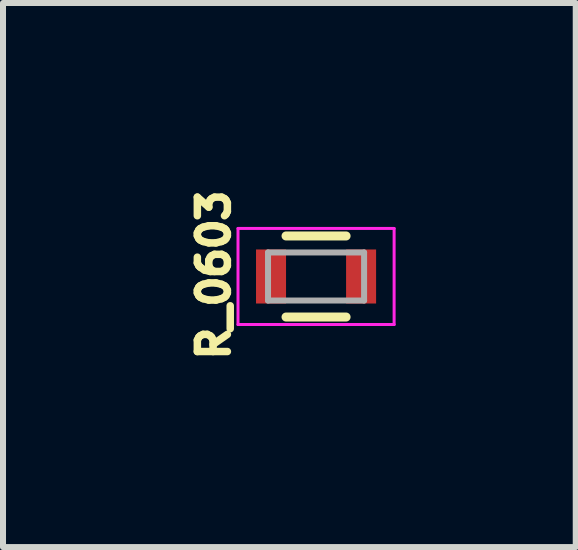
<source format=kicad_pcb>
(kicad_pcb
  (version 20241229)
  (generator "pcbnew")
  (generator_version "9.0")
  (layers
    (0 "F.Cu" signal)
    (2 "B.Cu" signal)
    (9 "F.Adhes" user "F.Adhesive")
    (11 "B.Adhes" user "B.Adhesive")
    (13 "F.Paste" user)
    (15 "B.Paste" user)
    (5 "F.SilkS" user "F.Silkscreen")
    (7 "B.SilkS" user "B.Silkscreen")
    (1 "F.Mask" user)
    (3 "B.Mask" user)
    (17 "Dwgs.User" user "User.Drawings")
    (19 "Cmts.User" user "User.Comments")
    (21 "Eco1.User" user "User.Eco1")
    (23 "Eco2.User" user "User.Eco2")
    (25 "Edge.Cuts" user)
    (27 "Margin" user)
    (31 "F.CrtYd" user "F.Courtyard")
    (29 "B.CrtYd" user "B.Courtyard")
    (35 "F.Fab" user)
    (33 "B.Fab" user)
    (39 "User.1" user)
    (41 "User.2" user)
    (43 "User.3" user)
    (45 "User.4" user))
  (footprint "R_0603"
    (layer "F.Cu")
    (at 2.214 1.555)
    (property "Reference" "R_0603" (at -1.702 -0.024 90) (layer "F.SilkS") (effects (font (size 0.5 0.5) (thickness 0.125))))
    (attr smd)
    (fp_line (start -0.5 -0.675) (end 0.5 -0.675) (stroke (width 0.15) (type solid)) (layer "F.SilkS"))
    (fp_line (start 0.5 0.675) (end -0.5 0.675) (stroke (width 0.15) (type solid)) (layer "F.SilkS"))
    (fp_line (start -1.3 -0.8) (end -1.3 0.8) (stroke (width 0.05) (type solid)) (layer "F.CrtYd"))
    (fp_line (start -1.3 -0.8) (end 1.3 -0.8) (stroke (width 0.05) (type solid)) (layer "F.CrtYd"))
    (fp_line (start -1.3 0.8) (end 1.3 0.8) (stroke (width 0.05) (type solid)) (layer "F.CrtYd"))
    (fp_line (start 1.3 -0.8) (end 1.3 0.8) (stroke (width 0.05) (type solid)) (layer "F.CrtYd"))
    (fp_line (start -0.8 -0.4) (end 0.8 -0.4) (stroke (width 0.1) (type solid)) (layer "F.Fab"))
    (fp_line (start -0.8 0.4) (end -0.8 -0.4) (stroke (width 0.1) (type solid)) (layer "F.Fab"))
    (fp_line (start 0.8 -0.4) (end 0.8 0.4) (stroke (width 0.1) (type solid)) (layer "F.Fab"))
    (fp_line (start 0.8 0.4) (end -0.8 0.4) (stroke (width 0.1) (type solid)) (layer "F.Fab"))
    (pad "1" smd rect (at -0.75 0) (size 0.5 0.9) (layers "F.Cu" "F.Mask" "F.Paste"))
    (pad "2" smd rect (at 0.75 0) (size 0.5 0.9) (layers "F.Cu" "F.Mask" "F.Paste")))
  (gr_rect
    (start -3 -3)
    (end 6.539 6.061)
    (stroke (width 0.1) (type default))
    (fill no)
    (layer "Edge.Cuts")))
</source>
